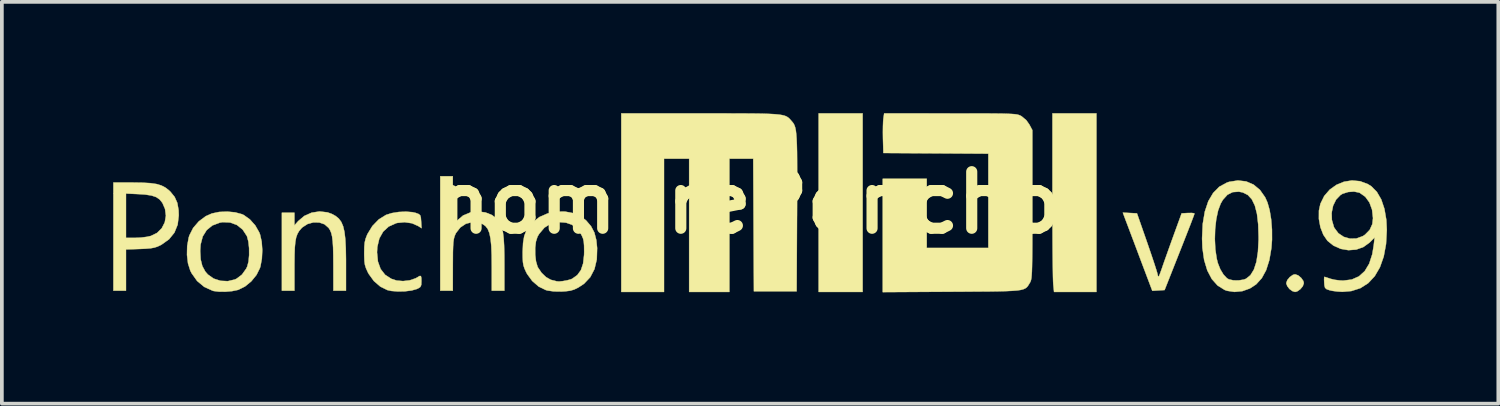
<source format=kicad_pcb>
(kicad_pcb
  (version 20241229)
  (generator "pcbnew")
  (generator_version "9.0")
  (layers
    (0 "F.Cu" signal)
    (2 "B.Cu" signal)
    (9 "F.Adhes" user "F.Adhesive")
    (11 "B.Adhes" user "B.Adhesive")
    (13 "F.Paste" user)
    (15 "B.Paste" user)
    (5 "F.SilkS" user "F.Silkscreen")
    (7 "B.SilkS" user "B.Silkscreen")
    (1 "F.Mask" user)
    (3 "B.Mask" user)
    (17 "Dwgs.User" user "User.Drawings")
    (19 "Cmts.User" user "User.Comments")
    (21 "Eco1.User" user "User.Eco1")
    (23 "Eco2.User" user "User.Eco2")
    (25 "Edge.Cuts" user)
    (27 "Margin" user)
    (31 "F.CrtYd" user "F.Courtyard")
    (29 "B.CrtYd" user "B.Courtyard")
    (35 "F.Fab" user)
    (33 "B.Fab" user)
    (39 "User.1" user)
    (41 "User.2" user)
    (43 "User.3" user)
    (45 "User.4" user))
  (footprint "nombrePoncho"
    (layer "F.Cu")
    (at 17.142 2.41)
    (property "Reference" "nombrePoncho" (at 0 0 0) (layer "F.SilkS") (effects (font (size 1.524 1.524) (thickness 0.3))))
    (attr through_hole)
    (fp_poly (pts (xy 3.048 2.405) (xy 1.863 2.405) (xy 1.863 -2.405) (xy 3.048 -2.405) (xy 3.048 2.405)) (stroke (width 0.01) (type solid)) (fill yes) (layer "F.SilkS"))
    (fp_poly (pts (xy 9.347 2.405) (xy 8.205 2.405) (xy 8.184 2.196) (xy 8.18 2.126) (xy 8.176 1.995) (xy 8.173 1.809) (xy 8.17 1.574) (xy 8.167 1.297) (xy 8.165 0.984) (xy 8.164 0.641) (xy 8.162 0.275) (xy 8.162 -0.108) (xy 8.162 -0.208) (xy 8.162 -2.405) (xy 9.347 -2.405) (xy 9.347 2.405)) (stroke (width 0.01) (type solid)) (fill yes) (layer "F.SilkS"))
    (fp_poly (pts (xy 14.78 1.958) (xy 14.862 2.026) (xy 14.921 2.11) (xy 14.935 2.167) (xy 14.907 2.249) (xy 14.84 2.331) (xy 14.755 2.39) (xy 14.698 2.405) (xy 14.626 2.382) (xy 14.549 2.326) (xy 14.544 2.321) (xy 14.487 2.245) (xy 14.461 2.171) (xy 14.461 2.167) (xy 14.489 2.086) (xy 14.557 2.004) (xy 14.641 1.945) (xy 14.698 1.93) (xy 14.78 1.958)) (stroke (width 0.01) (type solid)) (fill yes) (layer "F.SilkS"))
    (fp_poly (pts (xy -0.488 -2.404) (xy -0.161 -2.403) (xy 0.114 -2.401) (xy 0.342 -2.398) (xy 0.527 -2.392) (xy 0.676 -2.384) (xy 0.793 -2.373) (xy 0.883 -2.359) (xy 0.952 -2.341) (xy 1.005 -2.318) (xy 1.046 -2.291) (xy 1.081 -2.259) (xy 1.115 -2.221) (xy 1.14 -2.192) (xy 1.17 -2.157) (xy 1.195 -2.119) (xy 1.216 -2.074) (xy 1.234 -2.016) (xy 1.249 -1.941) (xy 1.26 -1.844) (xy 1.269 -1.719) (xy 1.276 -1.562) (xy 1.281 -1.368) (xy 1.283 -1.132) (xy 1.284 -0.849) (xy 1.284 -0.513) (xy 1.283 -0.12) (xy 1.281 0.335) (xy 1.28 0.406) (xy 1.27 2.388) (xy 0.119 2.388) (xy 0.11 0.601) (xy 0.101 -1.185) (xy -0.542 -1.185) (xy -0.542 2.405) (xy -1.626 2.405) (xy -1.626 -1.185) (xy -2.303 -1.185) (xy -2.303 2.405) (xy -3.454 2.405) (xy -3.454 -2.405) (xy -1.32 -2.405) (xy -0.872 -2.405) (xy -0.488 -2.404)) (stroke (width 0.01) (type solid)) (fill yes) (layer "F.SilkS"))
    (fp_poly (pts (xy 10.248 0.278) (xy 10.439 0.288) (xy 10.705 1.05) (xy 10.781 1.271) (xy 10.851 1.477) (xy 10.911 1.657) (xy 10.957 1.801) (xy 10.986 1.897) (xy 10.993 1.928) (xy 11.005 1.976) (xy 11.018 1.992) (xy 11.037 1.967) (xy 11.066 1.894) (xy 11.112 1.766) (xy 11.126 1.724) (xy 11.176 1.58) (xy 11.243 1.392) (xy 11.319 1.179) (xy 11.397 0.962) (xy 11.439 0.847) (xy 11.642 0.288) (xy 11.815 0.278) (xy 11.913 0.277) (xy 11.976 0.285) (xy 11.988 0.295) (xy 11.976 0.332) (xy 11.942 0.424) (xy 11.889 0.564) (xy 11.819 0.743) (xy 11.736 0.955) (xy 11.643 1.192) (xy 11.585 1.338) (xy 11.183 2.354) (xy 11.017 2.364) (xy 10.852 2.374) (xy 10.541 1.551) (xy 10.452 1.314) (xy 10.366 1.085) (xy 10.287 0.876) (xy 10.22 0.698) (xy 10.169 0.563) (xy 10.144 0.498) (xy 10.058 0.268) (xy 10.248 0.278)) (stroke (width 0.01) (type solid)) (fill yes) (layer "F.SilkS"))
    (fp_poly (pts (xy -11.371 0.261) (xy -11.258 0.301) (xy -11.151 0.359) (xy -11.065 0.429) (xy -10.998 0.519) (xy -10.948 0.636) (xy -10.912 0.789) (xy -10.889 0.984) (xy -10.876 1.23) (xy -10.871 1.533) (xy -10.871 1.632) (xy -10.871 2.371) (xy -11.21 2.371) (xy -11.211 1.702) (xy -11.213 1.426) (xy -11.218 1.208) (xy -11.229 1.039) (xy -11.245 0.911) (xy -11.269 0.813) (xy -11.302 0.736) (xy -11.338 0.68) (xy -11.448 0.583) (xy -11.59 0.534) (xy -11.748 0.531) (xy -11.905 0.574) (xy -12.045 0.664) (xy -12.074 0.693) (xy -12.134 0.764) (xy -12.179 0.841) (xy -12.213 0.935) (xy -12.235 1.054) (xy -12.25 1.21) (xy -12.257 1.412) (xy -12.26 1.67) (xy -12.26 1.723) (xy -12.26 2.371) (xy -12.598 2.371) (xy -12.598 0.271) (xy -12.26 0.271) (xy -12.26 0.612) (xy -12.157 0.495) (xy -11.993 0.357) (xy -11.797 0.27) (xy -11.584 0.237) (xy -11.371 0.261)) (stroke (width 0.01) (type solid)) (fill yes) (layer "F.SilkS"))
    (fp_poly (pts (xy -7.993 0.612) (xy -7.883 0.487) (xy -7.715 0.345) (xy -7.515 0.262) (xy -7.314 0.238) (xy -7.115 0.263) (xy -6.937 0.334) (xy -6.795 0.444) (xy -6.751 0.501) (xy -6.705 0.583) (xy -6.669 0.681) (xy -6.642 0.803) (xy -6.623 0.958) (xy -6.611 1.155) (xy -6.605 1.403) (xy -6.604 1.661) (xy -6.604 2.371) (xy -6.943 2.371) (xy -6.943 1.729) (xy -6.946 1.418) (xy -6.956 1.168) (xy -6.976 0.971) (xy -7.007 0.82) (xy -7.052 0.709) (xy -7.113 0.63) (xy -7.191 0.576) (xy -7.289 0.54) (xy -7.29 0.539) (xy -7.471 0.524) (xy -7.642 0.569) (xy -7.792 0.669) (xy -7.907 0.818) (xy -7.928 0.861) (xy -7.95 0.917) (xy -7.966 0.982) (xy -7.978 1.067) (xy -7.985 1.182) (xy -7.99 1.338) (xy -7.991 1.545) (xy -7.992 1.685) (xy -7.993 2.371) (xy -8.331 2.371) (xy -8.331 -0.711) (xy -7.993 -0.711) (xy -7.993 0.612)) (stroke (width 0.01) (type solid)) (fill yes) (layer "F.SilkS"))
    (fp_poly (pts (xy -16.351 -0.538) (xy -16.141 -0.526) (xy -15.976 -0.502) (xy -15.845 -0.463) (xy -15.737 -0.407) (xy -15.64 -0.332) (xy -15.6 -0.294) (xy -15.486 -0.153) (xy -15.415 0.007) (xy -15.381 0.201) (xy -15.376 0.343) (xy -15.406 0.592) (xy -15.493 0.807) (xy -15.638 0.986) (xy -15.841 1.131) (xy -15.867 1.145) (xy -15.953 1.185) (xy -16.038 1.212) (xy -16.141 1.23) (xy -16.28 1.241) (xy -16.417 1.247) (xy -16.798 1.26) (xy -16.798 2.371) (xy -17.137 2.371) (xy -17.137 0.948) (xy -16.798 0.948) (xy -16.55 0.948) (xy -16.396 0.941) (xy -16.24 0.921) (xy -16.129 0.897) (xy -15.961 0.815) (xy -15.834 0.689) (xy -15.753 0.53) (xy -15.722 0.353) (xy -15.746 0.168) (xy -15.816 0.007) (xy -15.888 -0.084) (xy -15.981 -0.149) (xy -16.109 -0.192) (xy -16.283 -0.219) (xy -16.451 -0.23) (xy -16.798 -0.246) (xy -16.798 0.948) (xy -17.137 0.948) (xy -17.137 -0.542) (xy -16.618 -0.542) (xy -16.351 -0.538)) (stroke (width 0.01) (type solid)) (fill yes) (layer "F.SilkS"))
    (fp_poly (pts (xy 5.412 -2.404) (xy 5.805 -2.404) (xy 6.136 -2.403) (xy 6.411 -2.403) (xy 6.635 -2.401) (xy 6.815 -2.399) (xy 6.956 -2.395) (xy 7.064 -2.39) (xy 7.145 -2.384) (xy 7.205 -2.376) (xy 7.248 -2.365) (xy 7.282 -2.353) (xy 7.312 -2.338) (xy 7.33 -2.328) (xy 7.458 -2.221) (xy 7.541 -2.103) (xy 7.62 -1.954) (xy 7.62 0.048) (xy 7.62 0.466) (xy 7.619 0.823) (xy 7.619 1.122) (xy 7.617 1.37) (xy 7.615 1.572) (xy 7.612 1.732) (xy 7.608 1.858) (xy 7.602 1.953) (xy 7.596 2.023) (xy 7.587 2.073) (xy 7.577 2.11) (xy 7.565 2.138) (xy 7.554 2.157) (xy 7.525 2.205) (xy 7.498 2.247) (xy 7.469 2.281) (xy 7.43 2.309) (xy 7.378 2.332) (xy 7.306 2.351) (xy 7.209 2.365) (xy 7.081 2.375) (xy 6.918 2.383) (xy 6.713 2.388) (xy 6.462 2.392) (xy 6.158 2.394) (xy 5.797 2.397) (xy 5.446 2.399) (xy 3.59 2.41) (xy 3.59 -0.643) (xy 4.775 -0.643) (xy 4.775 1.219) (xy 6.435 1.219) (xy 6.435 -1.32) (xy 5.021 -1.329) (xy 3.607 -1.338) (xy 3.596 -1.727) (xy 3.594 -1.899) (xy 3.596 -2.062) (xy 3.601 -2.193) (xy 3.607 -2.261) (xy 3.628 -2.405) (xy 5.412 -2.404)) (stroke (width 0.01) (type solid)) (fill yes) (layer "F.SilkS"))
    (fp_poly (pts (xy -9.081 0.256) (xy -8.992 0.276) (xy -8.913 0.306) (xy -8.872 0.34) (xy -8.854 0.401) (xy -8.846 0.505) (xy -8.835 0.688) (xy -8.921 0.632) (xy -9.093 0.555) (xy -9.292 0.526) (xy -9.493 0.546) (xy -9.525 0.555) (xy -9.72 0.643) (xy -9.87 0.781) (xy -9.973 0.965) (xy -10.027 1.194) (xy -10.035 1.338) (xy -10.011 1.585) (xy -9.938 1.788) (xy -9.816 1.944) (xy -9.648 2.052) (xy -9.507 2.098) (xy -9.334 2.113) (xy -9.152 2.092) (xy -8.993 2.037) (xy -8.95 2.013) (xy -8.886 1.975) (xy -8.853 1.977) (xy -8.841 2.029) (xy -8.839 2.118) (xy -8.843 2.215) (xy -8.867 2.27) (xy -8.924 2.308) (xy -8.966 2.327) (xy -9.105 2.366) (xy -9.284 2.388) (xy -9.474 2.392) (xy -9.65 2.378) (xy -9.755 2.355) (xy -9.947 2.26) (xy -10.12 2.11) (xy -10.258 1.92) (xy -10.285 1.87) (xy -10.331 1.768) (xy -10.36 1.677) (xy -10.374 1.574) (xy -10.379 1.437) (xy -10.38 1.355) (xy -10.377 1.189) (xy -10.366 1.069) (xy -10.342 0.97) (xy -10.303 0.87) (xy -10.291 0.844) (xy -10.159 0.628) (xy -9.988 0.452) (xy -9.791 0.329) (xy -9.79 0.329) (xy -9.637 0.281) (xy -9.45 0.251) (xy -9.256 0.242) (xy -9.081 0.256)) (stroke (width 0.01) (type solid)) (fill yes) (layer "F.SilkS"))
    (fp_poly (pts (xy -13.858 0.261) (xy -13.676 0.31) (xy -13.627 0.332) (xy -13.462 0.449) (xy -13.316 0.612) (xy -13.208 0.801) (xy -13.185 0.86) (xy -13.142 1.052) (xy -13.126 1.277) (xy -13.137 1.507) (xy -13.175 1.713) (xy -13.189 1.76) (xy -13.282 1.947) (xy -13.422 2.119) (xy -13.59 2.257) (xy -13.771 2.347) (xy -13.785 2.351) (xy -13.939 2.383) (xy -14.117 2.399) (xy -14.292 2.398) (xy -14.435 2.38) (xy -14.461 2.373) (xy -14.69 2.269) (xy -14.881 2.11) (xy -15.031 1.899) (xy -15.066 1.829) (xy -15.127 1.636) (xy -15.154 1.408) (xy -15.152 1.3) (xy -14.799 1.3) (xy -14.786 1.528) (xy -14.741 1.709) (xy -14.661 1.856) (xy -14.591 1.936) (xy -14.437 2.045) (xy -14.252 2.105) (xy -14.055 2.115) (xy -13.865 2.07) (xy -13.818 2.048) (xy -13.674 1.939) (xy -13.56 1.78) (xy -13.531 1.719) (xy -13.496 1.586) (xy -13.48 1.412) (xy -13.481 1.225) (xy -13.5 1.05) (xy -13.536 0.911) (xy -13.543 0.896) (xy -13.655 0.725) (xy -13.808 0.602) (xy -13.991 0.534) (xy -14.192 0.525) (xy -14.27 0.538) (xy -14.471 0.614) (xy -14.624 0.739) (xy -14.731 0.911) (xy -14.788 1.129) (xy -14.799 1.3) (xy -15.152 1.3) (xy -15.149 1.169) (xy -15.109 0.944) (xy -15.09 0.882) (xy -14.988 0.681) (xy -14.835 0.503) (xy -14.648 0.364) (xy -14.483 0.291) (xy -14.286 0.25) (xy -14.069 0.241) (xy -13.858 0.261)) (stroke (width 0.01) (type solid)) (fill yes) (layer "F.SilkS"))
    (fp_poly (pts (xy 13.381 -0.572) (xy 13.581 -0.486) (xy 13.753 -0.342) (xy 13.892 -0.145) (xy 13.955 -0.004) (xy 14.013 0.201) (xy 14.054 0.451) (xy 14.076 0.725) (xy 14.077 1.001) (xy 14.061 1.219) (xy 14.005 1.547) (xy 13.919 1.818) (xy 13.801 2.034) (xy 13.649 2.201) (xy 13.481 2.311) (xy 13.279 2.383) (xy 13.066 2.404) (xy 12.865 2.374) (xy 12.802 2.351) (xy 12.611 2.232) (xy 12.455 2.057) (xy 12.334 1.827) (xy 12.249 1.546) (xy 12.202 1.216) (xy 12.194 0.985) (xy 12.537 0.985) (xy 12.55 1.256) (xy 12.587 1.505) (xy 12.617 1.626) (xy 12.683 1.793) (xy 12.768 1.935) (xy 12.861 2.034) (xy 12.915 2.066) (xy 13.037 2.093) (xy 13.183 2.094) (xy 13.318 2.072) (xy 13.376 2.05) (xy 13.496 1.954) (xy 13.589 1.803) (xy 13.657 1.594) (xy 13.698 1.327) (xy 13.716 0.999) (xy 13.716 0.926) (xy 13.705 0.583) (xy 13.672 0.301) (xy 13.615 0.078) (xy 13.533 -0.091) (xy 13.424 -0.208) (xy 13.288 -0.276) (xy 13.184 -0.296) (xy 13.017 -0.284) (xy 12.876 -0.213) (xy 12.755 -0.079) (xy 12.695 0.024) (xy 12.625 0.21) (xy 12.575 0.444) (xy 12.545 0.708) (xy 12.537 0.985) (xy 12.194 0.985) (xy 12.193 0.96) (xy 12.211 0.573) (xy 12.267 0.241) (xy 12.36 -0.038) (xy 12.491 -0.261) (xy 12.657 -0.429) (xy 12.861 -0.54) (xy 12.922 -0.561) (xy 13.159 -0.598) (xy 13.381 -0.572)) (stroke (width 0.01) (type solid)) (fill yes) (layer "F.SilkS"))
    (fp_poly (pts (xy -4.744 0.284) (xy -4.539 0.374) (xy -4.404 0.477) (xy -4.27 0.633) (xy -4.179 0.806) (xy -4.126 1.011) (xy -4.105 1.223) (xy -4.114 1.527) (xy -4.176 1.788) (xy -4.29 2.007) (xy -4.457 2.184) (xy -4.61 2.285) (xy -4.723 2.34) (xy -4.831 2.372) (xy -4.963 2.388) (xy -5.063 2.394) (xy -5.27 2.391) (xy -5.44 2.367) (xy -5.487 2.354) (xy -5.68 2.26) (xy -5.853 2.11) (xy -5.991 1.921) (xy -6.018 1.87) (xy -6.061 1.775) (xy -6.089 1.691) (xy -6.104 1.599) (xy -6.11 1.477) (xy -6.111 1.321) (xy -6.106 1.216) (xy -5.774 1.216) (xy -5.773 1.402) (xy -5.752 1.58) (xy -5.71 1.725) (xy -5.698 1.748) (xy -5.602 1.89) (xy -5.482 2.005) (xy -5.357 2.076) (xy -5.323 2.086) (xy -5.243 2.105) (xy -5.199 2.118) (xy -5.131 2.124) (xy -5.026 2.113) (xy -4.91 2.092) (xy -4.81 2.064) (xy -4.776 2.049) (xy -4.639 1.951) (xy -4.542 1.817) (xy -4.482 1.638) (xy -4.456 1.408) (xy -4.454 1.321) (xy -4.456 1.161) (xy -4.465 1.049) (xy -4.484 0.965) (xy -4.518 0.887) (xy -4.538 0.85) (xy -4.649 0.695) (xy -4.782 0.595) (xy -4.942 0.539) (xy -5.158 0.521) (xy -5.354 0.566) (xy -5.525 0.673) (xy -5.666 0.84) (xy -5.71 0.914) (xy -5.753 1.045) (xy -5.774 1.216) (xy -6.106 1.216) (xy -6.1 1.085) (xy -6.069 0.899) (xy -6.01 0.747) (xy -5.919 0.612) (xy -5.84 0.525) (xy -5.657 0.386) (xy -5.443 0.292) (xy -5.21 0.243) (xy -4.972 0.24) (xy -4.744 0.284)) (stroke (width 0.01) (type solid)) (fill yes) (layer "F.SilkS"))
    (fp_poly (pts (xy 16.449 -0.578) (xy 16.655 -0.502) (xy 16.753 -0.441) (xy 16.902 -0.29) (xy 17.021 -0.085) (xy 17.106 0.169) (xy 17.157 0.466) (xy 17.17 0.734) (xy 17.149 1.114) (xy 17.087 1.45) (xy 16.985 1.739) (xy 16.845 1.979) (xy 16.669 2.168) (xy 16.458 2.303) (xy 16.214 2.381) (xy 15.973 2.402) (xy 15.833 2.393) (xy 15.698 2.375) (xy 15.629 2.359) (xy 15.547 2.33) (xy 15.506 2.293) (xy 15.489 2.225) (xy 15.484 2.158) (xy 15.48 2.065) (xy 15.484 2.007) (xy 15.488 1.998) (xy 15.526 2.008) (xy 15.604 2.034) (xy 15.646 2.049) (xy 15.764 2.078) (xy 15.908 2.096) (xy 15.996 2.1) (xy 16.225 2.071) (xy 16.418 1.986) (xy 16.575 1.844) (xy 16.695 1.645) (xy 16.778 1.39) (xy 16.817 1.155) (xy 16.842 0.938) (xy 16.706 1.074) (xy 16.539 1.195) (xy 16.345 1.264) (xy 16.137 1.28) (xy 15.928 1.244) (xy 15.733 1.157) (xy 15.572 1.028) (xy 15.46 0.865) (xy 15.381 0.662) (xy 15.34 0.438) (xy 15.341 0.27) (xy 15.684 0.27) (xy 15.69 0.466) (xy 15.744 0.653) (xy 15.756 0.679) (xy 15.864 0.823) (xy 16.009 0.921) (xy 16.177 0.969) (xy 16.352 0.965) (xy 16.52 0.903) (xy 16.582 0.863) (xy 16.71 0.732) (xy 16.78 0.577) (xy 16.798 0.417) (xy 16.773 0.19) (xy 16.702 -0.005) (xy 16.59 -0.159) (xy 16.443 -0.263) (xy 16.425 -0.271) (xy 16.286 -0.299) (xy 16.127 -0.287) (xy 15.978 -0.24) (xy 15.923 -0.207) (xy 15.804 -0.084) (xy 15.723 0.081) (xy 15.684 0.27) (xy 15.341 0.27) (xy 15.341 0.214) (xy 15.381 0.03) (xy 15.484 -0.18) (xy 15.632 -0.351) (xy 15.813 -0.48) (xy 16.017 -0.564) (xy 16.232 -0.598) (xy 16.449 -0.578)) (stroke (width 0.01) (type solid)) (fill yes) (layer "F.SilkS")))
  (gr_rect
    (start -3 -3)
    (end 37.316 7.824)
    (stroke (width 0.1) (type default))
    (fill no)
    (layer "Edge.Cuts")))
</source>
